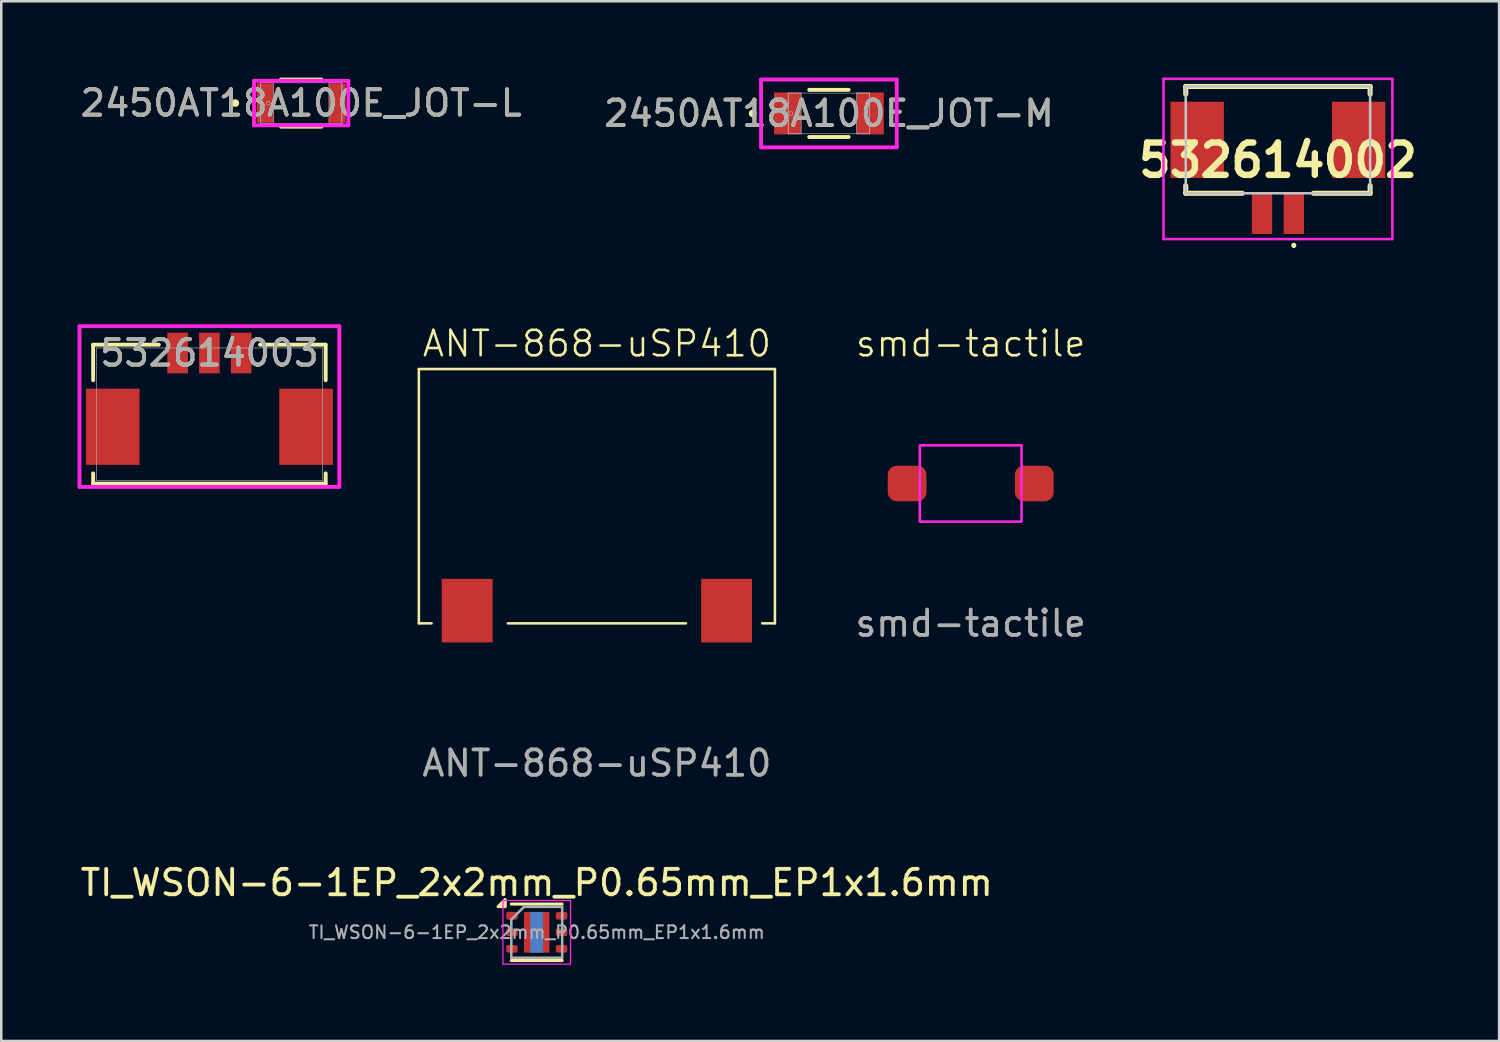
<source format=kicad_pcb>
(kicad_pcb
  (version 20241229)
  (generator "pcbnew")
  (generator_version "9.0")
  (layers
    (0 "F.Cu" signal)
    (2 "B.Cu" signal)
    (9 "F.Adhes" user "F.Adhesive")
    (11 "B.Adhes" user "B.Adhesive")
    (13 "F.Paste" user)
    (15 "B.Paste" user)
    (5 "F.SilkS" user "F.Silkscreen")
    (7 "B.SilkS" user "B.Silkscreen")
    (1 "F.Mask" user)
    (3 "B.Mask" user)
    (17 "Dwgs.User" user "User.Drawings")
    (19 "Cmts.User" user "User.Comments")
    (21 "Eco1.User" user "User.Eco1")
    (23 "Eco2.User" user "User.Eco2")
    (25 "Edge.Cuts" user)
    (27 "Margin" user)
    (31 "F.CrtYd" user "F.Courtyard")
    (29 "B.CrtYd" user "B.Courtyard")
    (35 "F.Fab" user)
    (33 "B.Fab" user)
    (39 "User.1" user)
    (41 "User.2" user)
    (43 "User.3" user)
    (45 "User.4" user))
  (footprint "532614002"
    (layer "F.Cu")
    (at 47.197 2.85)
    (property "Reference" "532614002" (at 0 0.4 0) (unlocked yes) (layer "F.SilkS") (effects (font (size 1.27 1.27) (thickness 0.254))))
    (attr smd)
    (fp_line (start -3.625 -2.5) (end 3.625 -2.5) (stroke (width 0.2) (type solid)) (layer "F.SilkS"))
    (fp_line (start -3.625 -2.2) (end -3.625 -2.5) (stroke (width 0.2) (type solid)) (layer "F.SilkS"))
    (fp_line (start -3.625 1.4) (end -3.625 1.7) (stroke (width 0.2) (type solid)) (layer "F.SilkS"))
    (fp_line (start -3.625 1.7) (end -1.4 1.7) (stroke (width 0.2) (type solid)) (layer "F.SilkS"))
    (fp_line (start 0.625 3.7) (end 0.625 3.7) (stroke (width 0.1) (type solid)) (layer "F.SilkS"))
    (fp_line (start 0.625 3.8) (end 0.625 3.8) (stroke (width 0.1) (type solid)) (layer "F.SilkS"))
    (fp_line (start 1.4 1.7) (end 3.625 1.7) (stroke (width 0.2) (type solid)) (layer "F.SilkS"))
    (fp_line (start 3.625 -2.5) (end 3.625 -2.2) (stroke (width 0.2) (type solid)) (layer "F.SilkS"))
    (fp_line (start 3.625 1.7) (end 3.625 1.4) (stroke (width 0.2) (type solid)) (layer "F.SilkS"))
    (fp_arc (start 0.625 3.7) (mid 0.675 3.75) (end 0.625 3.8) (stroke (width 0.1) (type solid)) (layer "F.SilkS"))
    (fp_arc (start 0.625 3.8) (mid 0.575 3.75) (end 0.625 3.7) (stroke (width 0.1) (type solid)) (layer "F.SilkS"))
    (fp_line (start -3.625 -2.5) (end 3.625 -2.5) (stroke (width 0.1) (type solid)) (layer "Dwgs.User"))
    (fp_line (start -3.625 1.7) (end -3.625 -2.5) (stroke (width 0.1) (type solid)) (layer "Dwgs.User"))
    (fp_line (start 3.625 -2.5) (end 3.625 1.7) (stroke (width 0.1) (type solid)) (layer "Dwgs.User"))
    (fp_line (start 3.625 1.7) (end -3.625 1.7) (stroke (width 0.1) (type solid)) (layer "Dwgs.User"))
    (fp_line (start -4.5 -2.8) (end 4.5 -2.8) (stroke (width 0.1) (type solid)) (layer "F.CrtYd"))
    (fp_line (start -4.5 3.5) (end -4.5 -2.8) (stroke (width 0.1) (type solid)) (layer "F.CrtYd"))
    (fp_line (start 4.5 -2.8) (end 4.5 3.5) (stroke (width 0.1) (type solid)) (layer "F.CrtYd"))
    (fp_line (start 4.5 3.5) (end -4.5 3.5) (stroke (width 0.1) (type solid)) (layer "F.CrtYd"))
    (pad "" smd rect (at -3.175 -0.4) (size 2.1 3) (layers "F.Cu" "F.Mask" "F.Paste"))
    (pad "" smd rect (at 3.175 -0.4) (size 2.1 3) (layers "F.Cu" "F.Mask" "F.Paste"))
    (pad "1" smd rect (at 0.625 2.5) (size 0.8 1.6) (layers "F.Cu" "F.Mask" "F.Paste"))
    (pad "2" smd rect (at -0.625 2.5) (size 0.8 1.6) (layers "F.Cu" "F.Mask" "F.Paste")))
  (footprint "2450AT18A100E_JOT-L"
    (layer "F.Cu")
    (at 8.792 1.003)
    (property "Reference" "2450AT18A100E_JOT-L" (at 0 0 0) (unlocked yes) (layer "F.SilkS") (effects (font (size 1 1) (thickness 0.15))))
    (attr smd)
    (fp_line (start -0.796 0.927) (end 0.796 0.927) (stroke (width 0.152) (type solid)) (layer "F.SilkS"))
    (fp_line (start 0.796 -0.927) (end -0.796 -0.927) (stroke (width 0.152) (type solid)) (layer "F.SilkS"))
    (fp_circle (center -2.591 0) (end -2.514 0) (stroke (width 0.152) (type solid)) (fill no) (layer "F.SilkS"))
    (fp_line (start -1.854 -0.876) (end 1.854 -0.876) (stroke (width 0.152) (type solid)) (layer "F.CrtYd"))
    (fp_line (start -1.854 0.876) (end -1.854 -0.876) (stroke (width 0.152) (type solid)) (layer "F.CrtYd"))
    (fp_line (start 1.854 -0.876) (end 1.854 0.876) (stroke (width 0.152) (type solid)) (layer "F.CrtYd"))
    (fp_line (start 1.854 0.876) (end -1.854 0.876) (stroke (width 0.152) (type solid)) (layer "F.CrtYd"))
    (fp_line (start -1.6 -0.8) (end -1.6 0.8) (stroke (width 0.025) (type solid)) (layer "F.Fab"))
    (fp_line (start -1.6 -0.8) (end -1.6 0.8) (stroke (width 0.025) (type solid)) (layer "F.Fab"))
    (fp_line (start -1.6 0.8) (end -1.092 0.8) (stroke (width 0.025) (type solid)) (layer "F.Fab"))
    (fp_line (start -1.6 0.8) (end 1.6 0.8) (stroke (width 0.025) (type solid)) (layer "F.Fab"))
    (fp_line (start -1.092 -0.8) (end -1.6 -0.8) (stroke (width 0.025) (type solid)) (layer "F.Fab"))
    (fp_line (start -1.092 0.8) (end -1.092 -0.8) (stroke (width 0.025) (type solid)) (layer "F.Fab"))
    (fp_line (start 1.092 -0.8) (end 1.092 0.8) (stroke (width 0.025) (type solid)) (layer "F.Fab"))
    (fp_line (start 1.092 0.8) (end 1.6 0.8) (stroke (width 0.025) (type solid)) (layer "F.Fab"))
    (fp_line (start 1.6 -0.8) (end -1.6 -0.8) (stroke (width 0.025) (type solid)) (layer "F.Fab"))
    (fp_line (start 1.6 -0.8) (end 1.092 -0.8) (stroke (width 0.025) (type solid)) (layer "F.Fab"))
    (fp_line (start 1.6 0.8) (end 1.6 -0.8) (stroke (width 0.025) (type solid)) (layer "F.Fab"))
    (fp_line (start 1.6 0.8) (end 1.6 -0.8) (stroke (width 0.025) (type solid)) (layer "F.Fab"))
    (fp_circle (center -1.295 0) (end -1.219 0) (stroke (width 0.025) (type solid)) (fill no) (layer "F.Fab"))
    (fp_text user "${REFERENCE}" (at 0 0 0) (unlocked yes) (layer "F.Fab") (effects (font (size 1 1) (thickness 0.15))))
    (pad "1" smd rect (at -1.422 0) (size 0.66 1.549) (layers "F.Cu" "F.Mask" "F.Paste"))
    (pad "2" smd rect (at 1.422 0) (size 0.66 1.549) (layers "F.Cu" "F.Mask" "F.Paste"))
    (zone (net_name "") (layer "F.Cu") (hatch full 0.508) (connect_pads) (min_thickness 0.254) (filled_areas_thickness no) (keepout (tracks not_allowed) (vias not_allowed) (pads allowed) (copperpour not_allowed) (footprints allowed)) (placement (enabled no)) (fill) (polygon (pts (xy 7.75 0.254) (xy 9.833 0.254) (xy 9.833 1.753) (xy 7.75 1.753)))))
  (footprint "TI_WSON-6-1EP_2x2mm_P0.65mm_EP1x1.6mm"
    (layer "F.Cu")
    (at 18.054 33.607)
    (property "Reference" "TI_WSON-6-1EP_2x2mm_P0.65mm_EP1x1.6mm" (at 0 -1.95 0) (layer "F.SilkS") (effects (font (size 1 1) (thickness 0.15))))
    (attr smd)
    (fp_line (start -1 -1.11) (end 1 -1.11) (stroke (width 0.12) (type solid)) (layer "F.SilkS"))
    (fp_line (start -1 1.11) (end 1 1.11) (stroke (width 0.12) (type solid)) (layer "F.SilkS"))
    (fp_poly (pts (xy -1.24 -1.01) (xy -1.52 -1.01) (xy -1.24 -1.29) (xy -1.24 -1.01)) (stroke (width 0.12) (type solid)) (fill yes) (layer "F.SilkS"))
    (fp_line (start -1.33 -1.25) (end -1.33 1.25) (stroke (width 0.05) (type solid)) (layer "F.CrtYd"))
    (fp_line (start -1.33 1.25) (end 1.33 1.25) (stroke (width 0.05) (type solid)) (layer "F.CrtYd"))
    (fp_line (start 1.33 -1.25) (end -1.33 -1.25) (stroke (width 0.05) (type solid)) (layer "F.CrtYd"))
    (fp_line (start 1.33 1.25) (end 1.33 -1.25) (stroke (width 0.05) (type solid)) (layer "F.CrtYd"))
    (fp_line (start -1 -0.5) (end -0.5 -1) (stroke (width 0.1) (type solid)) (layer "F.Fab"))
    (fp_line (start -1 1) (end -1 -0.5) (stroke (width 0.1) (type solid)) (layer "F.Fab"))
    (fp_line (start -0.5 -1) (end 1 -1) (stroke (width 0.1) (type solid)) (layer "F.Fab"))
    (fp_line (start 1 -1) (end 1 1) (stroke (width 0.1) (type solid)) (layer "F.Fab"))
    (fp_line (start 1 1) (end -1 1) (stroke (width 0.1) (type solid)) (layer "F.Fab"))
    (fp_text user "${REFERENCE}" (at 0 0 0) (layer "F.Fab") (effects (font (size 0.5 0.5) (thickness 0.08))))
    (pad "" smd roundrect (at 0 -0.4) (size 0.87 0.69) (layers "F.Paste") (roundrect_rratio 0.25))
    (pad "" smd roundrect (at 0 0.4) (size 0.87 0.69) (layers "F.Paste") (roundrect_rratio 0.25))
    (pad "1" smd roundrect (at -0.975 -0.65) (size 0.45 0.3) (layers "F.Cu" "F.Mask" "F.Paste") (roundrect_rratio 0.25))
    (pad "2" smd roundrect (at -0.975 0) (size 0.45 0.3) (layers "F.Cu" "F.Mask" "F.Paste") (roundrect_rratio 0.25))
    (pad "3" smd roundrect (at -0.975 0.65) (size 0.45 0.3) (layers "F.Cu" "F.Mask" "F.Paste") (roundrect_rratio 0.25))
    (pad "4" smd roundrect (at 0.975 0.65) (size 0.45 0.3) (layers "F.Cu" "F.Mask" "F.Paste") (roundrect_rratio 0.25))
    (pad "5" smd roundrect (at 0.975 0) (size 0.45 0.3) (layers "F.Cu" "F.Mask" "F.Paste") (roundrect_rratio 0.25))
    (pad "6" smd roundrect (at 0.975 -0.65) (size 0.45 0.3) (layers "F.Cu" "F.Mask" "F.Paste") (roundrect_rratio 0.25))
    (pad "7" smd rect (at 0 0) (size 0.5 1.6) (property pad_prop_heatsink) (layers "B.Cu"))
    (pad "7" smd rect (at 0 0) (size 1 1.6) (property pad_prop_heatsink) (layers "F.Cu" "F.Mask")))
  (footprint "2450AT18A100E_JOT-M"
    (layer "F.Cu")
    (at 29.542 1.41)
    (property "Reference" "2450AT18A100E_JOT-M" (at 0 0 0) (unlocked yes) (layer "F.SilkS") (effects (font (size 1 1) (thickness 0.15))))
    (attr smd)
    (fp_line (start -0.775 0.927) (end 0.775 0.927) (stroke (width 0.152) (type solid)) (layer "F.SilkS"))
    (fp_line (start 0.775 -0.927) (end -0.775 -0.927) (stroke (width 0.152) (type solid)) (layer "F.SilkS"))
    (fp_circle (center -2.997 0) (end -2.921 0) (stroke (width 0.152) (type solid)) (fill no) (layer "F.SilkS"))
    (fp_line (start -2.667 -1.333) (end 2.667 -1.333) (stroke (width 0.152) (type solid)) (layer "F.CrtYd"))
    (fp_line (start -2.667 1.333) (end -2.667 -1.333) (stroke (width 0.152) (type solid)) (layer "F.CrtYd"))
    (fp_line (start 2.667 -1.333) (end 2.667 1.333) (stroke (width 0.152) (type solid)) (layer "F.CrtYd"))
    (fp_line (start 2.667 1.333) (end -2.667 1.333) (stroke (width 0.152) (type solid)) (layer "F.CrtYd"))
    (fp_line (start -1.6 -0.8) (end -1.6 0.8) (stroke (width 0.025) (type solid)) (layer "F.Fab"))
    (fp_line (start -1.6 -0.8) (end -1.6 0.8) (stroke (width 0.025) (type solid)) (layer "F.Fab"))
    (fp_line (start -1.6 0.8) (end -1.092 0.8) (stroke (width 0.025) (type solid)) (layer "F.Fab"))
    (fp_line (start -1.6 0.8) (end 1.6 0.8) (stroke (width 0.025) (type solid)) (layer "F.Fab"))
    (fp_line (start -1.092 -0.8) (end -1.6 -0.8) (stroke (width 0.025) (type solid)) (layer "F.Fab"))
    (fp_line (start -1.092 0.8) (end -1.092 -0.8) (stroke (width 0.025) (type solid)) (layer "F.Fab"))
    (fp_line (start 1.092 -0.8) (end 1.092 0.8) (stroke (width 0.025) (type solid)) (layer "F.Fab"))
    (fp_line (start 1.092 0.8) (end 1.6 0.8) (stroke (width 0.025) (type solid)) (layer "F.Fab"))
    (fp_line (start 1.6 -0.8) (end -1.6 -0.8) (stroke (width 0.025) (type solid)) (layer "F.Fab"))
    (fp_line (start 1.6 -0.8) (end 1.092 -0.8) (stroke (width 0.025) (type solid)) (layer "F.Fab"))
    (fp_line (start 1.6 0.8) (end 1.6 -0.8) (stroke (width 0.025) (type solid)) (layer "F.Fab"))
    (fp_line (start 1.6 0.8) (end 1.6 -0.8) (stroke (width 0.025) (type solid)) (layer "F.Fab"))
    (fp_circle (center -1.498 0) (end -1.422 0) (stroke (width 0.025) (type solid)) (fill no) (layer "F.Fab"))
    (fp_text user "${REFERENCE}" (at 0 0 0) (unlocked yes) (layer "F.Fab") (effects (font (size 1 1) (thickness 0.15))))
    (pad "1" smd rect (at -1.625 0) (size 1.067 1.651) (layers "F.Cu" "F.Mask" "F.Paste"))
    (pad "2" smd rect (at 1.625 0) (size 1.067 1.651) (layers "F.Cu" "F.Mask" "F.Paste"))
    (zone (net_name "") (layer "F.Cu") (hatch full 0.508) (connect_pads) (min_thickness 0.254) (filled_areas_thickness no) (keepout (tracks not_allowed) (vias not_allowed) (pads allowed) (copperpour not_allowed) (footprints allowed)) (placement (enabled no)) (fill) (polygon (pts (xy 28.5 0.66) (xy 30.583 0.66) (xy 30.583 2.159) (xy 28.5 2.159)))))
  (footprint "ANT-868-uSP410"
    (layer "F.Cu")
    (at 20.419 16.46)
    (property "Reference" "ANT-868-uSP410" (at 0 -6 0) (unlocked yes) (layer "F.SilkS") (effects (font (size 1 1) (thickness 0.1))))
    (attr smd)
    (fp_line (start -7 -5) (end 7 -5) (stroke (width 0.1) (type default)) (layer "F.SilkS"))
    (fp_line (start -7 5) (end -7 -5) (stroke (width 0.1) (type default)) (layer "F.SilkS"))
    (fp_line (start -7 5) (end -6.5 5) (stroke (width 0.1) (type default)) (layer "F.SilkS"))
    (fp_line (start -3.5 5) (end 3.5 5) (stroke (width 0.1) (type default)) (layer "F.SilkS"))
    (fp_line (start 6.5 5) (end 7 5) (stroke (width 0.1) (type default)) (layer "F.SilkS"))
    (fp_line (start 7 -5) (end 7 5) (stroke (width 0.1) (type default)) (layer "F.SilkS"))
    (fp_text user "${REFERENCE}" (at 0 10.5 0) (unlocked yes) (layer "F.Fab") (effects (font (size 1 1) (thickness 0.15))))
    (pad "1" smd rect (at -5.1 4.5) (size 2 2.5) (layers "F.Cu" "F.Mask" "F.Paste"))
    (pad "2" smd rect (at 5.1 4.5) (size 2 2.5) (layers "F.Cu" "F.Mask" "F.Paste")))
  (footprint "532614003"
    (layer "F.Cu")
    (at 5.184 13.234)
    (property "Reference" "532614003" (at 0 -2.404 0) (unlocked yes) (layer "F.SilkS") (effects (font (size 1 1) (thickness 0.15))))
    (attr smd)
    (fp_line (start -4.572 -2.731) (end -4.572 -1.335) (stroke (width 0.152) (type solid)) (layer "F.SilkS"))
    (fp_line (start -4.572 2.328) (end -4.572 2.731) (stroke (width 0.152) (type solid)) (layer "F.SilkS"))
    (fp_line (start -4.572 2.731) (end 4.572 2.731) (stroke (width 0.152) (type solid)) (layer "F.SilkS"))
    (fp_line (start -1.989 -2.731) (end -4.572 -2.731) (stroke (width 0.152) (type solid)) (layer "F.SilkS"))
    (fp_line (start 4.572 -2.731) (end 1.989 -2.731) (stroke (width 0.152) (type solid)) (layer "F.SilkS"))
    (fp_line (start 4.572 -1.335) (end 4.572 -2.731) (stroke (width 0.152) (type solid)) (layer "F.SilkS"))
    (fp_line (start 4.572 2.731) (end 4.572 2.328) (stroke (width 0.152) (type solid)) (layer "F.SilkS"))
    (fp_line (start -5.108 -3.458) (end -5.108 2.858) (stroke (width 0.152) (type solid)) (layer "F.CrtYd"))
    (fp_line (start -5.108 2.858) (end 5.108 2.858) (stroke (width 0.152) (type solid)) (layer "F.CrtYd"))
    (fp_line (start 5.108 -3.458) (end -5.108 -3.458) (stroke (width 0.152) (type solid)) (layer "F.CrtYd"))
    (fp_line (start 5.108 2.858) (end 5.108 -3.458) (stroke (width 0.152) (type solid)) (layer "F.CrtYd"))
    (fp_line (start -4.445 -2.603) (end -4.445 2.604) (stroke (width 0.025) (type solid)) (layer "F.Fab"))
    (fp_line (start -4.445 2.604) (end 4.445 2.604) (stroke (width 0.025) (type solid)) (layer "F.Fab"))
    (fp_line (start 4.445 -2.603) (end -4.445 -2.603) (stroke (width 0.025) (type solid)) (layer "F.Fab"))
    (fp_line (start 4.445 2.604) (end 4.445 -2.603) (stroke (width 0.025) (type solid)) (layer "F.Fab"))
    (fp_text user "${REFERENCE}" (at 0 -2.404 0) (unlocked yes) (layer "F.Fab") (effects (font (size 1 1) (thickness 0.15))))
    (pad "" smd rect (at -3.8 0.496) (size 2.108 2.997) (layers "F.Cu" "F.Mask" "F.Paste"))
    (pad "" smd rect (at 3.8 0.496) (size 2.108 2.997) (layers "F.Cu" "F.Mask" "F.Paste"))
    (pad "1" smd rect (at -1.25 -2.404) (size 0.813 1.6) (layers "F.Cu" "F.Mask" "F.Paste"))
    (pad "2" smd rect (at 0 -2.404) (size 0.813 1.6) (layers "F.Cu" "F.Mask" "F.Paste"))
    (pad "3" smd rect (at 1.25 -2.404) (size 0.813 1.6) (layers "F.Cu" "F.Mask" "F.Paste")))
  (footprint "smd-tactile"
    (layer "F.Cu")
    (at 35.117 15.96)
    (property "Reference" "smd-tactile" (at 0 -5.5 0) (unlocked yes) (layer "F.SilkS") (effects (font (size 1 1) (thickness 0.1))))
    (attr smd)
    (fp_rect (start -2 -1.5) (end 2 1.5) (stroke (width 0.1) (type default)) (fill no) (layer "F.CrtYd"))
    (fp_text user "${REFERENCE}" (at 0 5.5 0) (unlocked yes) (layer "F.Fab") (effects (font (size 1 1) (thickness 0.15))))
    (pad "1" smd roundrect (at -2.5 0) (size 1.524 1.397) (layers "F.Cu" "F.Mask" "F.Paste") (roundrect_rratio 0.25))
    (pad "2" smd roundrect (at 2.5 0) (size 1.524 1.397) (layers "F.Cu" "F.Mask" "F.Paste") (roundrect_rratio 0.25)))
  (gr_rect
    (start -3 -3)
    (end 55.894 37.882)
    (stroke (width 0.1) (type default))
    (fill no)
    (layer "Edge.Cuts")))
</source>
